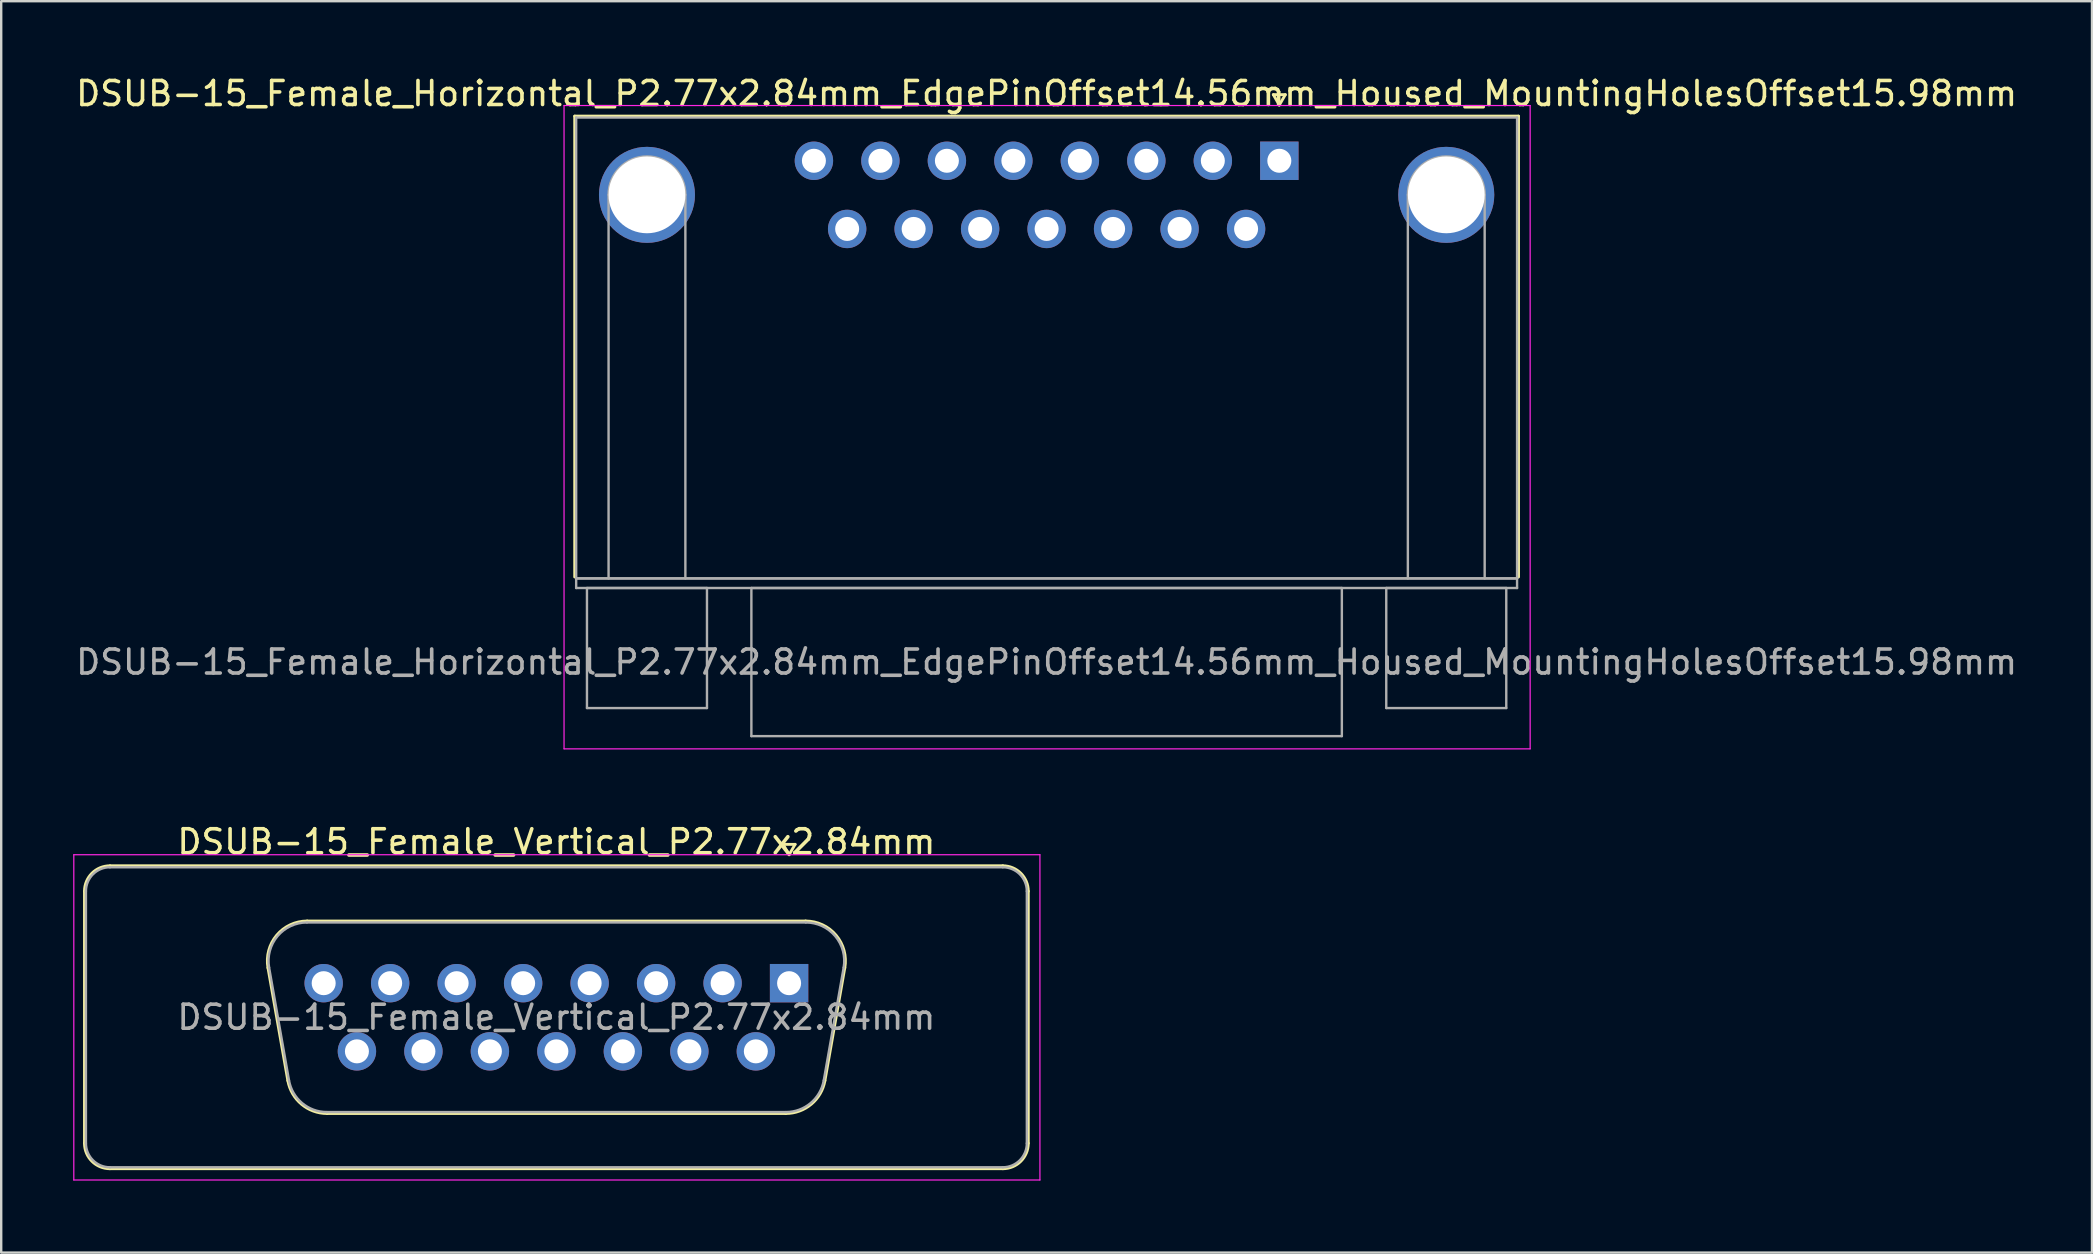
<source format=kicad_pcb>
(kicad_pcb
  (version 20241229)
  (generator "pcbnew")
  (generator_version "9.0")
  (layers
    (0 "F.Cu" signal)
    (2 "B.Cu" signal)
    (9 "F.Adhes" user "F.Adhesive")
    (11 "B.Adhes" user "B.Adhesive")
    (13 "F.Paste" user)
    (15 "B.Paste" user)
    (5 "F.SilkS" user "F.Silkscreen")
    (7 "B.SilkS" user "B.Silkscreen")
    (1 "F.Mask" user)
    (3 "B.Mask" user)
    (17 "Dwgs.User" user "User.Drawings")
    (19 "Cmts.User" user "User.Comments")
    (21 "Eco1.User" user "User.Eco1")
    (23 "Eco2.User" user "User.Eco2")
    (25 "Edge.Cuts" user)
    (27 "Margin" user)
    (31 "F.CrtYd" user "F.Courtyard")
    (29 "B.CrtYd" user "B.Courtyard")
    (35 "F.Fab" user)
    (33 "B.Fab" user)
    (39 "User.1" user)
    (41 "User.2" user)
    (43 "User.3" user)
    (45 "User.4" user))
  (footprint "DSUB-15_Female_Vertical_P2.77x2.84mm"
    (layer "F.Cu")
    (at 29.825 37.911)
    (property "Reference" "DSUB-15_Female_Vertical_P2.77x2.84mm" (at -9.695 -5.89 0) (layer "F.SilkS") (effects (font (size 1 1) (thickness 0.15))))
    (attr through_hole)
    (fp_line (start -29.355 6.67) (end -29.355 -3.83) (stroke (width 0.12) (type solid)) (layer "F.SilkS"))
    (fp_line (start -28.295 -4.89) (end 8.905 -4.89) (stroke (width 0.12) (type solid)) (layer "F.SilkS"))
    (fp_line (start -21.711 -0.642) (end -20.883 4.058) (stroke (width 0.12) (type solid)) (layer "F.SilkS"))
    (fp_line (start -20.077 -2.59) (end 0.687 -2.59) (stroke (width 0.12) (type solid)) (layer "F.SilkS"))
    (fp_line (start -19.248 5.43) (end -0.142 5.43) (stroke (width 0.12) (type solid)) (layer "F.SilkS"))
    (fp_line (start -0.25 -5.784) (end 0.25 -5.784) (stroke (width 0.12) (type solid)) (layer "F.SilkS"))
    (fp_line (start 0 -5.351) (end -0.25 -5.784) (stroke (width 0.12) (type solid)) (layer "F.SilkS"))
    (fp_line (start 0.25 -5.784) (end 0 -5.351) (stroke (width 0.12) (type solid)) (layer "F.SilkS"))
    (fp_line (start 2.321 -0.642) (end 1.493 4.058) (stroke (width 0.12) (type solid)) (layer "F.SilkS"))
    (fp_line (start 8.905 7.73) (end -28.295 7.73) (stroke (width 0.12) (type solid)) (layer "F.SilkS"))
    (fp_line (start 9.965 -3.83) (end 9.965 6.67) (stroke (width 0.12) (type solid)) (layer "F.SilkS"))
    (fp_arc (start -29.355 -3.83) (mid -29.044533 -4.579533) (end -28.295 -4.89) (stroke (width 0.12) (type solid)) (layer "F.SilkS"))
    (fp_arc (start -28.295 7.73) (mid -29.044533 7.419533) (end -29.355 6.67) (stroke (width 0.12) (type solid)) (layer "F.SilkS"))
    (fp_arc (start -21.71147 -0.641744) (mid -21.348323 -1.997028) (end -20.076689 -2.59) (stroke (width 0.12) (type solid)) (layer "F.SilkS"))
    (fp_arc (start -19.247952 5.43) (mid -20.314979 5.041634) (end -20.882733 4.058256) (stroke (width 0.12) (type solid)) (layer "F.SilkS"))
    (fp_arc (start 0.686689 -2.59) (mid 1.958323 -1.997027) (end 2.32147 -0.641744) (stroke (width 0.12) (type solid)) (layer "F.SilkS"))
    (fp_arc (start 1.492733 4.058256) (mid 0.92498 5.041634) (end -0.142048 5.43) (stroke (width 0.12) (type solid)) (layer "F.SilkS"))
    (fp_arc (start 8.905 -4.89) (mid 9.654533 -4.579533) (end 9.965 -3.83) (stroke (width 0.12) (type solid)) (layer "F.SilkS"))
    (fp_arc (start 9.965 6.67) (mid 9.654533 7.419533) (end 8.905 7.73) (stroke (width 0.12) (type solid)) (layer "F.SilkS"))
    (fp_line (start -29.8 -5.35) (end -29.8 8.2) (stroke (width 0.05) (type solid)) (layer "F.CrtYd"))
    (fp_line (start -29.8 8.2) (end 10.45 8.2) (stroke (width 0.05) (type solid)) (layer "F.CrtYd"))
    (fp_line (start 10.45 -5.35) (end -29.8 -5.35) (stroke (width 0.05) (type solid)) (layer "F.CrtYd"))
    (fp_line (start 10.45 8.2) (end 10.45 -5.35) (stroke (width 0.05) (type solid)) (layer "F.CrtYd"))
    (fp_line (start -29.295 6.67) (end -29.295 -3.83) (stroke (width 0.1) (type solid)) (layer "F.Fab"))
    (fp_line (start -28.295 -4.83) (end 8.905 -4.83) (stroke (width 0.1) (type solid)) (layer "F.Fab"))
    (fp_line (start -21.664 -0.652) (end -20.835 4.048) (stroke (width 0.1) (type solid)) (layer "F.Fab"))
    (fp_line (start -20.088 -2.53) (end 0.698 -2.53) (stroke (width 0.1) (type solid)) (layer "F.Fab"))
    (fp_line (start -19.259 5.37) (end -0.131 5.37) (stroke (width 0.1) (type solid)) (layer "F.Fab"))
    (fp_line (start 2.274 -0.652) (end 1.445 4.048) (stroke (width 0.1) (type solid)) (layer "F.Fab"))
    (fp_line (start 8.905 7.67) (end -28.295 7.67) (stroke (width 0.1) (type solid)) (layer "F.Fab"))
    (fp_line (start 9.905 -3.83) (end 9.905 6.67) (stroke (width 0.1) (type solid)) (layer "F.Fab"))
    (fp_arc (start -29.295 -3.83) (mid -29.002107 -4.537107) (end -28.295 -4.83) (stroke (width 0.1) (type solid)) (layer "F.Fab"))
    (fp_arc (start -28.295 7.67) (mid -29.002107 7.377107) (end -29.295 6.67) (stroke (width 0.1) (type solid)) (layer "F.Fab"))
    (fp_arc (start -21.663886 -0.652163) (mid -21.313865 -1.95846) (end -20.088194 -2.53) (stroke (width 0.1) (type solid)) (layer "F.Fab"))
    (fp_arc (start -19.259457 5.37) (mid -20.287917 4.995671) (end -20.835149 4.047837) (stroke (width 0.1) (type solid)) (layer "F.Fab"))
    (fp_arc (start 0.698194 -2.53) (mid 1.923865 -1.95846) (end 2.273886 -0.652163) (stroke (width 0.1) (type solid)) (layer "F.Fab"))
    (fp_arc (start 1.445149 4.047837) (mid 0.897917 4.995671) (end -0.130543 5.37) (stroke (width 0.1) (type solid)) (layer "F.Fab"))
    (fp_arc (start 8.905 -4.83) (mid 9.612107 -4.537107) (end 9.905 -3.83) (stroke (width 0.1) (type solid)) (layer "F.Fab"))
    (fp_arc (start 9.905 6.67) (mid 9.612107 7.377107) (end 8.905 7.67) (stroke (width 0.1) (type solid)) (layer "F.Fab"))
    (fp_text user "${REFERENCE}" (at -9.695 1.42 0) (layer "F.Fab") (effects (font (size 1 1) (thickness 0.15))))
    (pad "1" thru_hole rect (at 0 0) (size 1.6 1.6) (drill 1) (layers "*.Cu" "*.Mask"))
    (pad "2" thru_hole circle (at -2.77 0) (size 1.6 1.6) (drill 1) (layers "*.Cu" "*.Mask"))
    (pad "3" thru_hole circle (at -5.54 0) (size 1.6 1.6) (drill 1) (layers "*.Cu" "*.Mask"))
    (pad "4" thru_hole circle (at -8.31 0) (size 1.6 1.6) (drill 1) (layers "*.Cu" "*.Mask"))
    (pad "5" thru_hole circle (at -11.08 0) (size 1.6 1.6) (drill 1) (layers "*.Cu" "*.Mask"))
    (pad "6" thru_hole circle (at -13.85 0) (size 1.6 1.6) (drill 1) (layers "*.Cu" "*.Mask"))
    (pad "7" thru_hole circle (at -16.62 0) (size 1.6 1.6) (drill 1) (layers "*.Cu" "*.Mask"))
    (pad "8" thru_hole circle (at -19.39 0) (size 1.6 1.6) (drill 1) (layers "*.Cu" "*.Mask"))
    (pad "9" thru_hole circle (at -1.385 2.84) (size 1.6 1.6) (drill 1) (layers "*.Cu" "*.Mask"))
    (pad "10" thru_hole circle (at -4.155 2.84) (size 1.6 1.6) (drill 1) (layers "*.Cu" "*.Mask"))
    (pad "11" thru_hole circle (at -6.925 2.84) (size 1.6 1.6) (drill 1) (layers "*.Cu" "*.Mask"))
    (pad "12" thru_hole circle (at -9.695 2.84) (size 1.6 1.6) (drill 1) (layers "*.Cu" "*.Mask"))
    (pad "13" thru_hole circle (at -12.465 2.84) (size 1.6 1.6) (drill 1) (layers "*.Cu" "*.Mask"))
    (pad "14" thru_hole circle (at -15.235 2.84) (size 1.6 1.6) (drill 1) (layers "*.Cu" "*.Mask"))
    (pad "15" thru_hole circle (at -18.005 2.84) (size 1.6 1.6) (drill 1) (layers "*.Cu" "*.Mask")))
  (footprint "DSUB-15_Female_Horizontal_P2.77x2.84mm_EdgePinOffset14.56mm_Housed_MountingHolesOffset15.98mm"
    (layer "F.Cu")
    (at 50.249 3.648)
    (property "Reference" "DSUB-15_Female_Horizontal_P2.77x2.84mm_EdgePinOffset14.56mm_Housed_MountingHolesOffset15.98mm" (at -9.695 -2.8 0) (layer "F.SilkS") (effects (font (size 1 1) (thickness 0.15))))
    (attr through_hole)
    (fp_line (start -29.355 -1.86) (end 9.965 -1.86) (stroke (width 0.12) (type solid)) (layer "F.SilkS"))
    (fp_line (start -29.355 17.34) (end -29.355 -1.86) (stroke (width 0.12) (type solid)) (layer "F.SilkS"))
    (fp_line (start -0.25 -2.754) (end 0.25 -2.754) (stroke (width 0.12) (type solid)) (layer "F.SilkS"))
    (fp_line (start 0 -2.321) (end -0.25 -2.754) (stroke (width 0.12) (type solid)) (layer "F.SilkS"))
    (fp_line (start 0.25 -2.754) (end 0 -2.321) (stroke (width 0.12) (type solid)) (layer "F.SilkS"))
    (fp_line (start 9.965 -1.86) (end 9.965 17.34) (stroke (width 0.12) (type solid)) (layer "F.SilkS"))
    (fp_line (start -29.8 -2.3) (end -29.8 24.5) (stroke (width 0.05) (type solid)) (layer "F.CrtYd"))
    (fp_line (start -29.8 24.5) (end 10.45 24.5) (stroke (width 0.05) (type solid)) (layer "F.CrtYd"))
    (fp_line (start 10.45 -2.3) (end -29.8 -2.3) (stroke (width 0.05) (type solid)) (layer "F.CrtYd"))
    (fp_line (start 10.45 24.5) (end 10.45 -2.3) (stroke (width 0.05) (type solid)) (layer "F.CrtYd"))
    (fp_line (start -29.295 -1.8) (end -29.295 17.4) (stroke (width 0.1) (type solid)) (layer "F.Fab"))
    (fp_line (start -29.295 17.4) (end -29.295 17.8) (stroke (width 0.1) (type solid)) (layer "F.Fab"))
    (fp_line (start -29.295 17.4) (end 9.905 17.4) (stroke (width 0.1) (type solid)) (layer "F.Fab"))
    (fp_line (start -29.295 17.8) (end 9.905 17.8) (stroke (width 0.1) (type solid)) (layer "F.Fab"))
    (fp_line (start -28.845 17.8) (end -28.845 22.8) (stroke (width 0.1) (type solid)) (layer "F.Fab"))
    (fp_line (start -28.845 22.8) (end -23.845 22.8) (stroke (width 0.1) (type solid)) (layer "F.Fab"))
    (fp_line (start -27.945 17.4) (end -27.945 1.42) (stroke (width 0.1) (type solid)) (layer "F.Fab"))
    (fp_line (start -24.745 17.4) (end -24.745 1.42) (stroke (width 0.1) (type solid)) (layer "F.Fab"))
    (fp_line (start -23.845 17.8) (end -28.845 17.8) (stroke (width 0.1) (type solid)) (layer "F.Fab"))
    (fp_line (start -23.845 22.8) (end -23.845 17.8) (stroke (width 0.1) (type solid)) (layer "F.Fab"))
    (fp_line (start -21.995 17.8) (end -21.995 23.97) (stroke (width 0.1) (type solid)) (layer "F.Fab"))
    (fp_line (start -21.995 23.97) (end 2.605 23.97) (stroke (width 0.1) (type solid)) (layer "F.Fab"))
    (fp_line (start 2.605 17.8) (end -21.995 17.8) (stroke (width 0.1) (type solid)) (layer "F.Fab"))
    (fp_line (start 2.605 23.97) (end 2.605 17.8) (stroke (width 0.1) (type solid)) (layer "F.Fab"))
    (fp_line (start 4.455 17.8) (end 4.455 22.8) (stroke (width 0.1) (type solid)) (layer "F.Fab"))
    (fp_line (start 4.455 22.8) (end 9.455 22.8) (stroke (width 0.1) (type solid)) (layer "F.Fab"))
    (fp_line (start 5.355 17.4) (end 5.355 1.42) (stroke (width 0.1) (type solid)) (layer "F.Fab"))
    (fp_line (start 8.555 17.4) (end 8.555 1.42) (stroke (width 0.1) (type solid)) (layer "F.Fab"))
    (fp_line (start 9.455 17.8) (end 4.455 17.8) (stroke (width 0.1) (type solid)) (layer "F.Fab"))
    (fp_line (start 9.455 22.8) (end 9.455 17.8) (stroke (width 0.1) (type solid)) (layer "F.Fab"))
    (fp_line (start 9.905 -1.8) (end -29.295 -1.8) (stroke (width 0.1) (type solid)) (layer "F.Fab"))
    (fp_line (start 9.905 17.4) (end -29.295 17.4) (stroke (width 0.1) (type solid)) (layer "F.Fab"))
    (fp_line (start 9.905 17.4) (end 9.905 -1.8) (stroke (width 0.1) (type solid)) (layer "F.Fab"))
    (fp_line (start 9.905 17.8) (end 9.905 17.4) (stroke (width 0.1) (type solid)) (layer "F.Fab"))
    (fp_arc (start -27.945 1.42) (mid -26.345 -0.18) (end -24.745 1.42) (stroke (width 0.1) (type solid)) (layer "F.Fab"))
    (fp_arc (start 5.355 1.42) (mid 6.955 -0.18) (end 8.555 1.42) (stroke (width 0.1) (type solid)) (layer "F.Fab"))
    (fp_text user "${REFERENCE}" (at -9.695 20.885 0) (layer "F.Fab") (effects (font (size 1 1) (thickness 0.15))))
    (pad "0" thru_hole circle (at -26.345 1.42) (size 4 4) (drill 3.2) (layers "*.Cu" "*.Mask"))
    (pad "0" thru_hole circle (at 6.955 1.42) (size 4 4) (drill 3.2) (layers "*.Cu" "*.Mask"))
    (pad "1" thru_hole rect (at 0 0) (size 1.6 1.6) (drill 1) (layers "*.Cu" "*.Mask"))
    (pad "2" thru_hole circle (at -2.77 0) (size 1.6 1.6) (drill 1) (layers "*.Cu" "*.Mask"))
    (pad "3" thru_hole circle (at -5.54 0) (size 1.6 1.6) (drill 1) (layers "*.Cu" "*.Mask"))
    (pad "4" thru_hole circle (at -8.31 0) (size 1.6 1.6) (drill 1) (layers "*.Cu" "*.Mask"))
    (pad "5" thru_hole circle (at -11.08 0) (size 1.6 1.6) (drill 1) (layers "*.Cu" "*.Mask"))
    (pad "6" thru_hole circle (at -13.85 0) (size 1.6 1.6) (drill 1) (layers "*.Cu" "*.Mask"))
    (pad "7" thru_hole circle (at -16.62 0) (size 1.6 1.6) (drill 1) (layers "*.Cu" "*.Mask"))
    (pad "8" thru_hole circle (at -19.39 0) (size 1.6 1.6) (drill 1) (layers "*.Cu" "*.Mask"))
    (pad "9" thru_hole circle (at -1.385 2.84) (size 1.6 1.6) (drill 1) (layers "*.Cu" "*.Mask"))
    (pad "10" thru_hole circle (at -4.155 2.84) (size 1.6 1.6) (drill 1) (layers "*.Cu" "*.Mask"))
    (pad "11" thru_hole circle (at -6.925 2.84) (size 1.6 1.6) (drill 1) (layers "*.Cu" "*.Mask"))
    (pad "12" thru_hole circle (at -9.695 2.84) (size 1.6 1.6) (drill 1) (layers "*.Cu" "*.Mask"))
    (pad "13" thru_hole circle (at -12.465 2.84) (size 1.6 1.6) (drill 1) (layers "*.Cu" "*.Mask"))
    (pad "14" thru_hole circle (at -15.235 2.84) (size 1.6 1.6) (drill 1) (layers "*.Cu" "*.Mask"))
    (pad "15" thru_hole circle (at -18.005 2.84) (size 1.6 1.6) (drill 1) (layers "*.Cu" "*.Mask")))
  (gr_rect
    (start -3 -3)
    (end 84.107 49.136)
    (stroke (width 0.1) (type default))
    (fill no)
    (layer "Edge.Cuts")))
</source>
